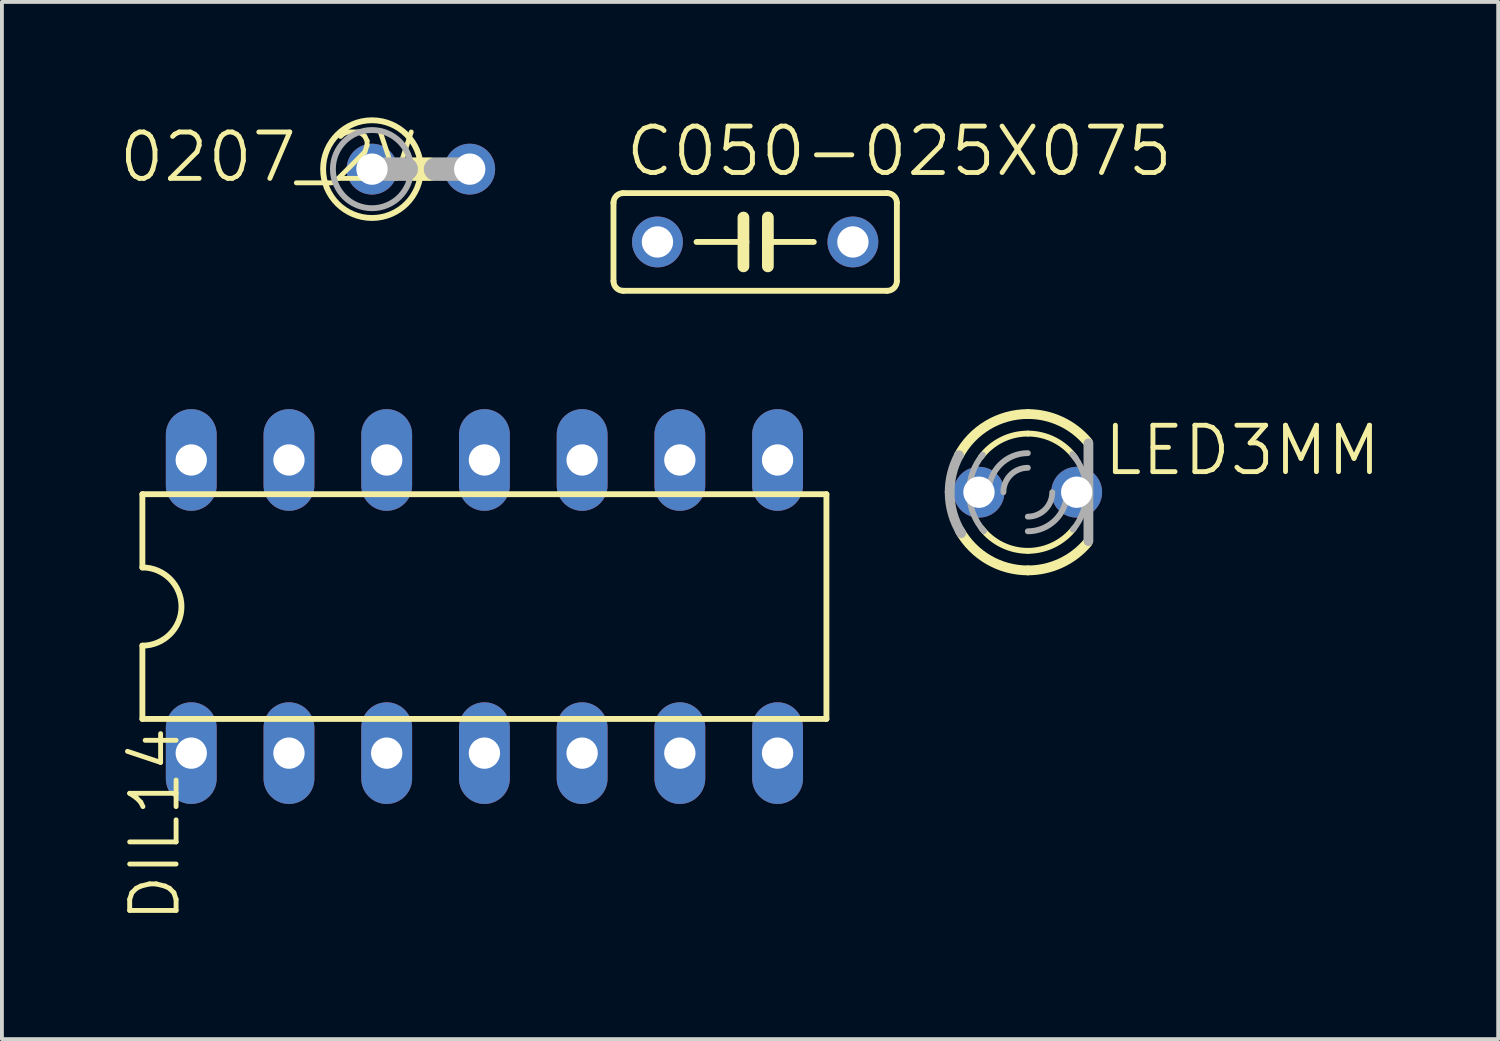
<source format=kicad_pcb>
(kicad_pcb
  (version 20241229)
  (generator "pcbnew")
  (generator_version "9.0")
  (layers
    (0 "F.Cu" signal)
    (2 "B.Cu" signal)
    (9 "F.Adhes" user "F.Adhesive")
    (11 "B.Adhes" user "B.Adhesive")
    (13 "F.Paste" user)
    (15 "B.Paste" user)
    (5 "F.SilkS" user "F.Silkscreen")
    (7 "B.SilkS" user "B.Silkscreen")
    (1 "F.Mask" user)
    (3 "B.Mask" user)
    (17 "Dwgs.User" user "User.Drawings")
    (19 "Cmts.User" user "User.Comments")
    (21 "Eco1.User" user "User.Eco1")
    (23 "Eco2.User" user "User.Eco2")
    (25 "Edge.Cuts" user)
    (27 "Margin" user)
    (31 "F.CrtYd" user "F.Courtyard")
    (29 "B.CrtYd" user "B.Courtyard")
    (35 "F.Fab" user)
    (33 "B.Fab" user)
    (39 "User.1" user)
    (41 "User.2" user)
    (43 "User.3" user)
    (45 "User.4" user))
  (footprint "LED3MM"
    (layer "F.Cu")
    (at 23.666 9.744)
    (property "Reference" "LED3MM" (at 1.905 -0.381 0) (layer "F.SilkS") (effects (font (size 1.206 1.206) (thickness 0.127)) (justify left bottom)))
    (attr through_hole)
    (fp_arc (start -1.7929 -0.9562) (mid -1.045438 -1.7424) (end 0 -2.032) (stroke (width 0.254) (type solid)) (layer "F.SilkS"))
    (fp_arc (start -1.2192 -0.9144) (mid -0.681554 -1.363107) (end 0 -1.524) (stroke (width 0.1524) (type solid)) (layer "F.SilkS"))
    (fp_arc (start 0 -2.032) (mid 0.861864 -1.840173) (end 1.561 -1.3009) (stroke (width 0.254) (type solid)) (layer "F.SilkS"))
    (fp_arc (start 0 -1.524) (mid 0.697339 -1.355082) (end 1.2401 -0.885801) (stroke (width 0.1524) (type solid)) (layer "F.SilkS"))
    (fp_arc (start 0 1.524) (mid -0.669593 1.369018) (end -1.203 0.9356) (stroke (width 0.1524) (type solid)) (layer "F.SilkS"))
    (fp_arc (start 0 2.032) (mid -1.019924 1.757525) (end -1.7643 1.0082) (stroke (width 0.254) (type solid)) (layer "F.SilkS"))
    (fp_arc (start 1.203 0.9356) (mid 0.669593 1.369018) (end 0 1.524) (stroke (width 0.1524) (type solid)) (layer "F.SilkS"))
    (fp_arc (start 1.5512 1.3126) (mid 0.854953 1.843405) (end 0 2.032) (stroke (width 0.254) (type solid)) (layer "F.SilkS"))
    (fp_line (start 1.575 1.27) (end 1.575 -1.27) (stroke (width 0.254) (type solid)) (layer "F.Fab"))
    (fp_arc (start -2.032 0) (mid -1.970339 -0.496775) (end -1.7891 -0.9634) (stroke (width 0.254) (type solid)) (layer "F.Fab"))
    (fp_arc (start -1.7306 1.065) (mid -1.95521 0.553417) (end -2.032 0) (stroke (width 0.254) (type solid)) (layer "F.Fab"))
    (fp_arc (start -1.524 0) (mid -1.432981 -0.518783) (end -1.1708 -0.9756) (stroke (width 0.1524) (type solid)) (layer "F.Fab"))
    (fp_arc (start -1.1391 1.0125) (mid -1.42454 0.5416) (end -1.524 0) (stroke (width 0.1524) (type solid)) (layer "F.Fab"))
    (fp_arc (start -1.016 0) (mid -0.71842 -0.71842) (end 0 -1.016) (stroke (width 0.1524) (type solid)) (layer "F.Fab"))
    (fp_arc (start -0.635 0) (mid -0.449013 -0.449013) (end 0 -0.635) (stroke (width 0.1524) (type solid)) (layer "F.Fab"))
    (fp_arc (start 0.635 0) (mid 0.449013 0.449013) (end 0 0.635) (stroke (width 0.1524) (type solid)) (layer "F.Fab"))
    (fp_arc (start 1.016 0) (mid 0.71842 0.71842) (end 0 1.016) (stroke (width 0.1524) (type solid)) (layer "F.Fab"))
    (fp_arc (start 1.1571 -0.9918) (mid 1.429332 -0.528744) (end 1.524 0) (stroke (width 0.1524) (type solid)) (layer "F.Fab"))
    (fp_arc (start 1.524 0) (mid 1.432981 0.518783) (end 1.1708 0.9756) (stroke (width 0.1524) (type solid)) (layer "F.Fab"))
    (pad "A" thru_hole circle (at -1.27 0) (size 1.321 1.321) (drill 0.813) (layers "*.Cu" "*.Mask"))
    (pad "K" thru_hole circle (at 1.27 0) (size 1.321 1.321) (drill 0.813) (layers "*.Cu" "*.Mask")))
  (footprint "DIL14"
    (layer "F.Cu")
    (at 9.541 12.716)
    (property "Reference" "DIL14" (at -9.271 3.048 90) (layer "F.SilkS") (effects (font (size 1.206 1.206) (thickness 0.127)) (justify right top)))
    (attr through_hole)
    (fp_line (start -8.89 -2.921) (end -8.89 -1.016) (stroke (width 0.152) (type solid)) (layer "F.SilkS"))
    (fp_line (start -8.89 2.921) (end -8.89 1.016) (stroke (width 0.152) (type solid)) (layer "F.SilkS"))
    (fp_line (start -8.89 2.921) (end 8.89 2.921) (stroke (width 0.152) (type solid)) (layer "F.SilkS"))
    (fp_line (start 8.89 -2.921) (end -8.89 -2.921) (stroke (width 0.152) (type solid)) (layer "F.SilkS"))
    (fp_line (start 8.89 -2.921) (end 8.89 2.921) (stroke (width 0.152) (type solid)) (layer "F.SilkS"))
    (fp_arc (start -8.89 -1.016) (mid -7.874 0) (end -8.89 1.016) (stroke (width 0.1524) (type solid)) (layer "F.SilkS"))
    (pad "1" thru_hole oval (at -7.62 3.81 90) (size 2.642 1.321) (drill 0.813) (layers "*.Cu" "*.Mask"))
    (pad "2" thru_hole oval (at -5.08 3.81 90) (size 2.642 1.321) (drill 0.813) (layers "*.Cu" "*.Mask"))
    (pad "3" thru_hole oval (at -2.54 3.81 90) (size 2.642 1.321) (drill 0.813) (layers "*.Cu" "*.Mask"))
    (pad "4" thru_hole oval (at 0 3.81 90) (size 2.642 1.321) (drill 0.813) (layers "*.Cu" "*.Mask"))
    (pad "5" thru_hole oval (at 2.54 3.81 90) (size 2.642 1.321) (drill 0.813) (layers "*.Cu" "*.Mask"))
    (pad "6" thru_hole oval (at 5.08 3.81 90) (size 2.642 1.321) (drill 0.813) (layers "*.Cu" "*.Mask"))
    (pad "7" thru_hole oval (at 7.62 3.81 90) (size 2.642 1.321) (drill 0.813) (layers "*.Cu" "*.Mask"))
    (pad "8" thru_hole oval (at 7.62 -3.81 90) (size 2.642 1.321) (drill 0.813) (layers "*.Cu" "*.Mask"))
    (pad "9" thru_hole oval (at 5.08 -3.81 90) (size 2.642 1.321) (drill 0.813) (layers "*.Cu" "*.Mask"))
    (pad "10" thru_hole oval (at 2.54 -3.81 90) (size 2.642 1.321) (drill 0.813) (layers "*.Cu" "*.Mask"))
    (pad "11" thru_hole oval (at 0 -3.81 90) (size 2.642 1.321) (drill 0.813) (layers "*.Cu" "*.Mask"))
    (pad "12" thru_hole oval (at -2.54 -3.81 90) (size 2.642 1.321) (drill 0.813) (layers "*.Cu" "*.Mask"))
    (pad "13" thru_hole oval (at -5.08 -3.81 90) (size 2.642 1.321) (drill 0.813) (layers "*.Cu" "*.Mask"))
    (pad "14" thru_hole oval (at -7.62 -3.81 90) (size 2.642 1.321) (drill 0.813) (layers "*.Cu" "*.Mask")))
  (footprint "C050-025X075"
    (layer "F.Cu")
    (at 16.579 3.239)
    (property "Reference" "C050-025X075" (at -3.429 -1.651 0) (layer "F.SilkS") (effects (font (size 1.206 1.206) (thickness 0.127)) (justify left bottom)))
    (attr through_hole)
    (fp_line (start -3.683 -1.016) (end -3.683 1.016) (stroke (width 0.152) (type solid)) (layer "F.SilkS"))
    (fp_line (start -3.429 1.27) (end 3.429 1.27) (stroke (width 0.152) (type solid)) (layer "F.SilkS"))
    (fp_line (start -0.305 -0.635) (end -0.305 0) (stroke (width 0.305) (type solid)) (layer "F.SilkS"))
    (fp_line (start -0.305 0) (end -1.524 0) (stroke (width 0.152) (type solid)) (layer "F.SilkS"))
    (fp_line (start -0.305 0) (end -0.305 0.635) (stroke (width 0.305) (type solid)) (layer "F.SilkS"))
    (fp_line (start 0.33 -0.635) (end 0.33 0) (stroke (width 0.305) (type solid)) (layer "F.SilkS"))
    (fp_line (start 0.33 0) (end 0.33 0.635) (stroke (width 0.305) (type solid)) (layer "F.SilkS"))
    (fp_line (start 0.33 0) (end 1.524 0) (stroke (width 0.152) (type solid)) (layer "F.SilkS"))
    (fp_line (start 3.429 -1.27) (end -3.429 -1.27) (stroke (width 0.152) (type solid)) (layer "F.SilkS"))
    (fp_line (start 3.683 1.016) (end 3.683 -1.016) (stroke (width 0.152) (type solid)) (layer "F.SilkS"))
    (fp_arc (start -3.683 -1.016) (mid -3.608605 -1.195605) (end -3.429 -1.27) (stroke (width 0.1524) (type solid)) (layer "F.SilkS"))
    (fp_arc (start -3.429 1.27) (mid -3.608605 1.195605) (end -3.683 1.016) (stroke (width 0.1524) (type solid)) (layer "F.SilkS"))
    (fp_arc (start 3.429 -1.27) (mid 3.608605 -1.195605) (end 3.683 -1.016) (stroke (width 0.1524) (type solid)) (layer "F.SilkS"))
    (fp_arc (start 3.683 1.016) (mid 3.608605 1.195605) (end 3.429 1.27) (stroke (width 0.1524) (type solid)) (layer "F.SilkS"))
    (pad "1" thru_hole circle (at -2.54 0) (size 1.321 1.321) (drill 0.813) (layers "*.Cu" "*.Mask"))
    (pad "2" thru_hole circle (at 2.54 0) (size 1.321 1.321) (drill 0.813) (layers "*.Cu" "*.Mask")))
  (footprint "0207_2V"
    (layer "F.Cu")
    (at 7.889 1.346)
    (property "Reference" "0207_2V" (at -0.051 -1.016 0) (layer "F.SilkS") (effects (font (size 1.206 1.206) (thickness 0.127)) (justify right top)))
    (attr through_hole)
    (fp_line (start -0.254 0) (end 0.254 0) (stroke (width 0.61) (type solid)) (layer "F.SilkS"))
    (fp_circle (center -1.27 0) (end 0 0) (stroke (width 0.152) (type solid)) (fill no) (layer "F.SilkS"))
    (fp_line (start -1.27 0) (end -0.381 0) (stroke (width 0.61) (type solid)) (layer "F.Fab"))
    (fp_line (start 0.381 0) (end 1.27 0) (stroke (width 0.61) (type solid)) (layer "F.Fab"))
    (fp_circle (center -1.27 0) (end -0.254 0) (stroke (width 0.152) (type solid)) (fill no) (layer "F.Fab"))
    (pad "1" thru_hole circle (at -1.27 0) (size 1.321 1.321) (drill 0.813) (layers "*.Cu" "*.Mask"))
    (pad "2" thru_hole circle (at 1.27 0) (size 1.321 1.321) (drill 0.813) (layers "*.Cu" "*.Mask")))
  (gr_rect
    (start -3 -3)
    (end 35.892 23.959)
    (stroke (width 0.1) (type default))
    (fill no)
    (layer "Edge.Cuts")))
</source>
